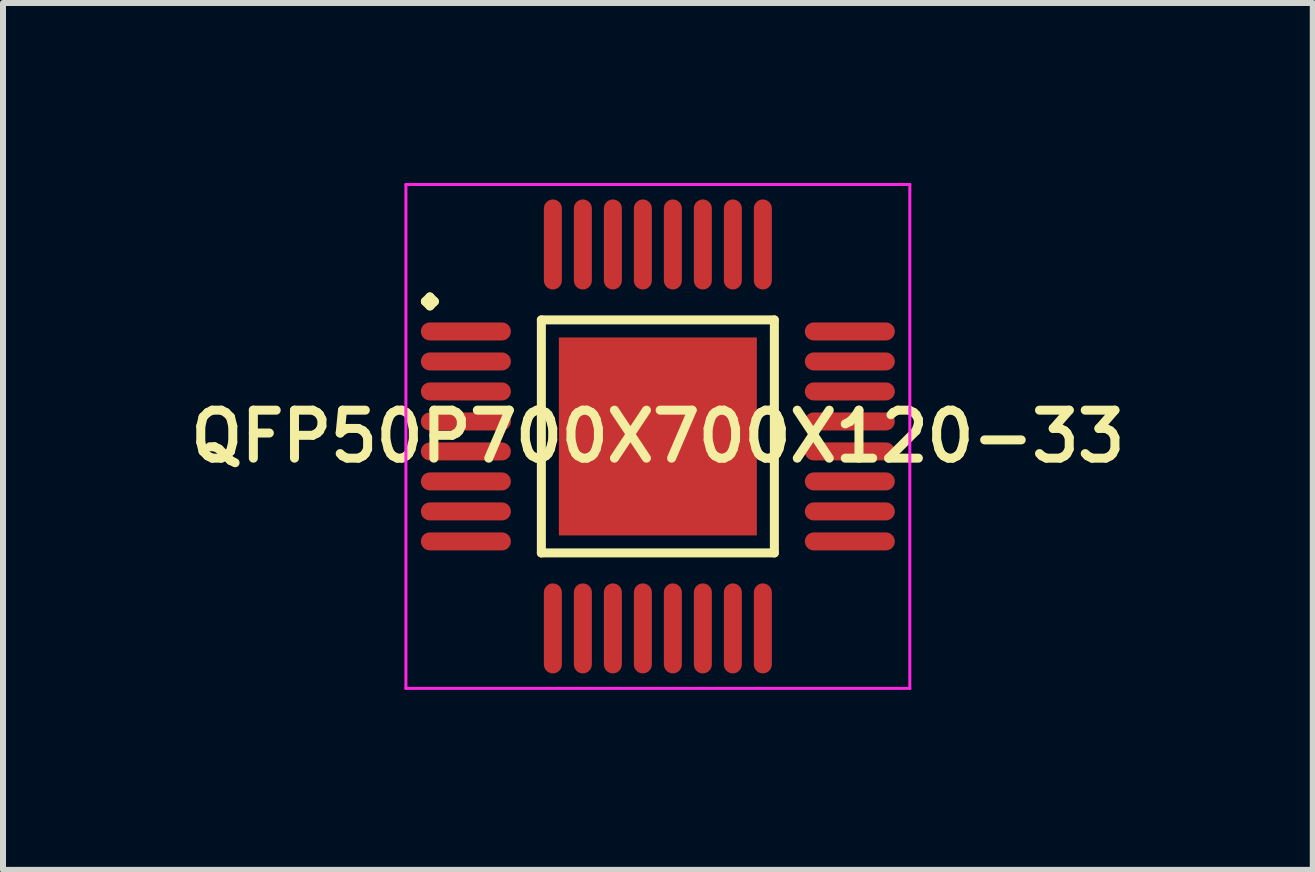
<source format=kicad_pcb>
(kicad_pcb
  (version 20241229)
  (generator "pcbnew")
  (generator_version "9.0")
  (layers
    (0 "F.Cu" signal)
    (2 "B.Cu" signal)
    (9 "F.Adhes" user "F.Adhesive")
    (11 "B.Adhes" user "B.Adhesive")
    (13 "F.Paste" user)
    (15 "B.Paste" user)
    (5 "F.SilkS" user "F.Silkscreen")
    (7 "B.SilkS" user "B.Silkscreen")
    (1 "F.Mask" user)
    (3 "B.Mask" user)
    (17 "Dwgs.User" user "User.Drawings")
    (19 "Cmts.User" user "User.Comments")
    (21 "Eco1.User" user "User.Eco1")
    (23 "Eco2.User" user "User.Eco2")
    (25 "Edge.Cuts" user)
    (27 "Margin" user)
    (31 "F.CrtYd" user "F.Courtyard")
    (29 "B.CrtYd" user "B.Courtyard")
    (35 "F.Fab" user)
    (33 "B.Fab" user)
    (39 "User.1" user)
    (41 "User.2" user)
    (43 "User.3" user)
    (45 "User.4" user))
  (footprint "QFP50P700X700X120-33"
    (layer "F.Cu")
    (at 7.916 4.225)
    (property "Reference" "QFP50P700X700X120-33" (at 0 0 0) (layer "F.SilkS") (effects (font (size 0.8 0.8) (thickness 0.15))))
    (attr smd)
    (fp_line (start -3.875 -2.25) (end -3.8 -2.325) (stroke (width 0.15) (type solid)) (layer "F.SilkS"))
    (fp_line (start -3.8 -2.325) (end -3.725 -2.25) (stroke (width 0.15) (type solid)) (layer "F.SilkS"))
    (fp_line (start -3.8 -2.175) (end -3.875 -2.25) (stroke (width 0.15) (type solid)) (layer "F.SilkS"))
    (fp_line (start -3.725 -2.25) (end -3.8 -2.175) (stroke (width 0.15) (type solid)) (layer "F.SilkS"))
    (fp_line (start -1.942 -1.942) (end -1.942 1.942) (stroke (width 0.15) (type solid)) (layer "F.SilkS"))
    (fp_line (start -1.942 1.942) (end 1.942 1.942) (stroke (width 0.15) (type solid)) (layer "F.SilkS"))
    (fp_line (start 1.942 -1.942) (end -1.942 -1.942) (stroke (width 0.15) (type solid)) (layer "F.SilkS"))
    (fp_line (start 1.942 1.942) (end 1.942 -1.942) (stroke (width 0.15) (type solid)) (layer "F.SilkS"))
    (fp_line (start -4.2 -4.2) (end 4.2 -4.2) (stroke (width 0.05) (type solid)) (layer "F.CrtYd"))
    (fp_line (start -4.2 4.2) (end -4.2 -4.2) (stroke (width 0.05) (type solid)) (layer "F.CrtYd"))
    (fp_line (start 4.2 -4.2) (end 4.2 4.2) (stroke (width 0.05) (type solid)) (layer "F.CrtYd"))
    (fp_line (start 4.2 4.2) (end -4.2 4.2) (stroke (width 0.05) (type solid)) (layer "F.CrtYd"))
    (pad "1" smd oval (at -3.2 -1.75) (size 1.5 0.3) (layers "F.Cu" "F.Mask" "F.Paste"))
    (pad "2" smd oval (at -3.2 -1.25) (size 1.5 0.3) (layers "F.Cu" "F.Mask" "F.Paste"))
    (pad "3" smd oval (at -3.2 -0.75) (size 1.5 0.3) (layers "F.Cu" "F.Mask" "F.Paste"))
    (pad "4" smd oval (at -3.2 -0.25) (size 1.5 0.3) (layers "F.Cu" "F.Mask" "F.Paste"))
    (pad "5" smd oval (at -3.2 0.25) (size 1.5 0.3) (layers "F.Cu" "F.Mask" "F.Paste"))
    (pad "6" smd oval (at -3.2 0.75) (size 1.5 0.3) (layers "F.Cu" "F.Mask" "F.Paste"))
    (pad "7" smd oval (at -3.2 1.25) (size 1.5 0.3) (layers "F.Cu" "F.Mask" "F.Paste"))
    (pad "8" smd oval (at -3.2 1.75) (size 1.5 0.3) (layers "F.Cu" "F.Mask" "F.Paste"))
    (pad "9" smd oval (at -1.75 3.2) (size 0.3 1.5) (layers "F.Cu" "F.Mask" "F.Paste"))
    (pad "10" smd oval (at -1.25 3.2) (size 0.3 1.5) (layers "F.Cu" "F.Mask" "F.Paste"))
    (pad "11" smd oval (at -0.75 3.2) (size 0.3 1.5) (layers "F.Cu" "F.Mask" "F.Paste"))
    (pad "12" smd oval (at -0.25 3.2) (size 0.3 1.5) (layers "F.Cu" "F.Mask" "F.Paste"))
    (pad "13" smd oval (at 0.25 3.2) (size 0.3 1.5) (layers "F.Cu" "F.Mask" "F.Paste"))
    (pad "14" smd oval (at 0.75 3.2) (size 0.3 1.5) (layers "F.Cu" "F.Mask" "F.Paste"))
    (pad "15" smd oval (at 1.25 3.2) (size 0.3 1.5) (layers "F.Cu" "F.Mask" "F.Paste"))
    (pad "16" smd oval (at 1.75 3.2) (size 0.3 1.5) (layers "F.Cu" "F.Mask" "F.Paste"))
    (pad "17" smd oval (at 3.2 1.75) (size 1.5 0.3) (layers "F.Cu" "F.Mask" "F.Paste"))
    (pad "18" smd oval (at 3.2 1.25) (size 1.5 0.3) (layers "F.Cu" "F.Mask" "F.Paste"))
    (pad "19" smd oval (at 3.2 0.75) (size 1.5 0.3) (layers "F.Cu" "F.Mask" "F.Paste"))
    (pad "20" smd oval (at 3.2 0.25) (size 1.5 0.3) (layers "F.Cu" "F.Mask" "F.Paste"))
    (pad "21" smd oval (at 3.2 -0.25) (size 1.5 0.3) (layers "F.Cu" "F.Mask" "F.Paste"))
    (pad "22" smd oval (at 3.2 -0.75) (size 1.5 0.3) (layers "F.Cu" "F.Mask" "F.Paste"))
    (pad "23" smd oval (at 3.2 -1.25) (size 1.5 0.3) (layers "F.Cu" "F.Mask" "F.Paste"))
    (pad "24" smd oval (at 3.2 -1.75) (size 1.5 0.3) (layers "F.Cu" "F.Mask" "F.Paste"))
    (pad "25" smd oval (at 1.75 -3.2) (size 0.3 1.5) (layers "F.Cu" "F.Mask" "F.Paste"))
    (pad "26" smd oval (at 1.25 -3.2) (size 0.3 1.5) (layers "F.Cu" "F.Mask" "F.Paste"))
    (pad "27" smd oval (at 0.75 -3.2) (size 0.3 1.5) (layers "F.Cu" "F.Mask" "F.Paste"))
    (pad "28" smd oval (at 0.25 -3.2) (size 0.3 1.5) (layers "F.Cu" "F.Mask" "F.Paste"))
    (pad "29" smd oval (at -0.25 -3.2) (size 0.3 1.5) (layers "F.Cu" "F.Mask" "F.Paste"))
    (pad "30" smd oval (at -0.75 -3.2) (size 0.3 1.5) (layers "F.Cu" "F.Mask" "F.Paste"))
    (pad "31" smd oval (at -1.25 -3.2) (size 0.3 1.5) (layers "F.Cu" "F.Mask" "F.Paste"))
    (pad "32" smd oval (at -1.75 -3.2) (size 0.3 1.5) (layers "F.Cu" "F.Mask" "F.Paste"))
    (pad "33" smd rect (at 0 0) (size 3.3 3.3) (layers "F.Cu" "F.Mask" "F.Paste")))
  (gr_rect
    (start -3 -3)
    (end 18.833 11.45)
    (stroke (width 0.1) (type default))
    (fill no)
    (layer "Edge.Cuts")))
</source>
